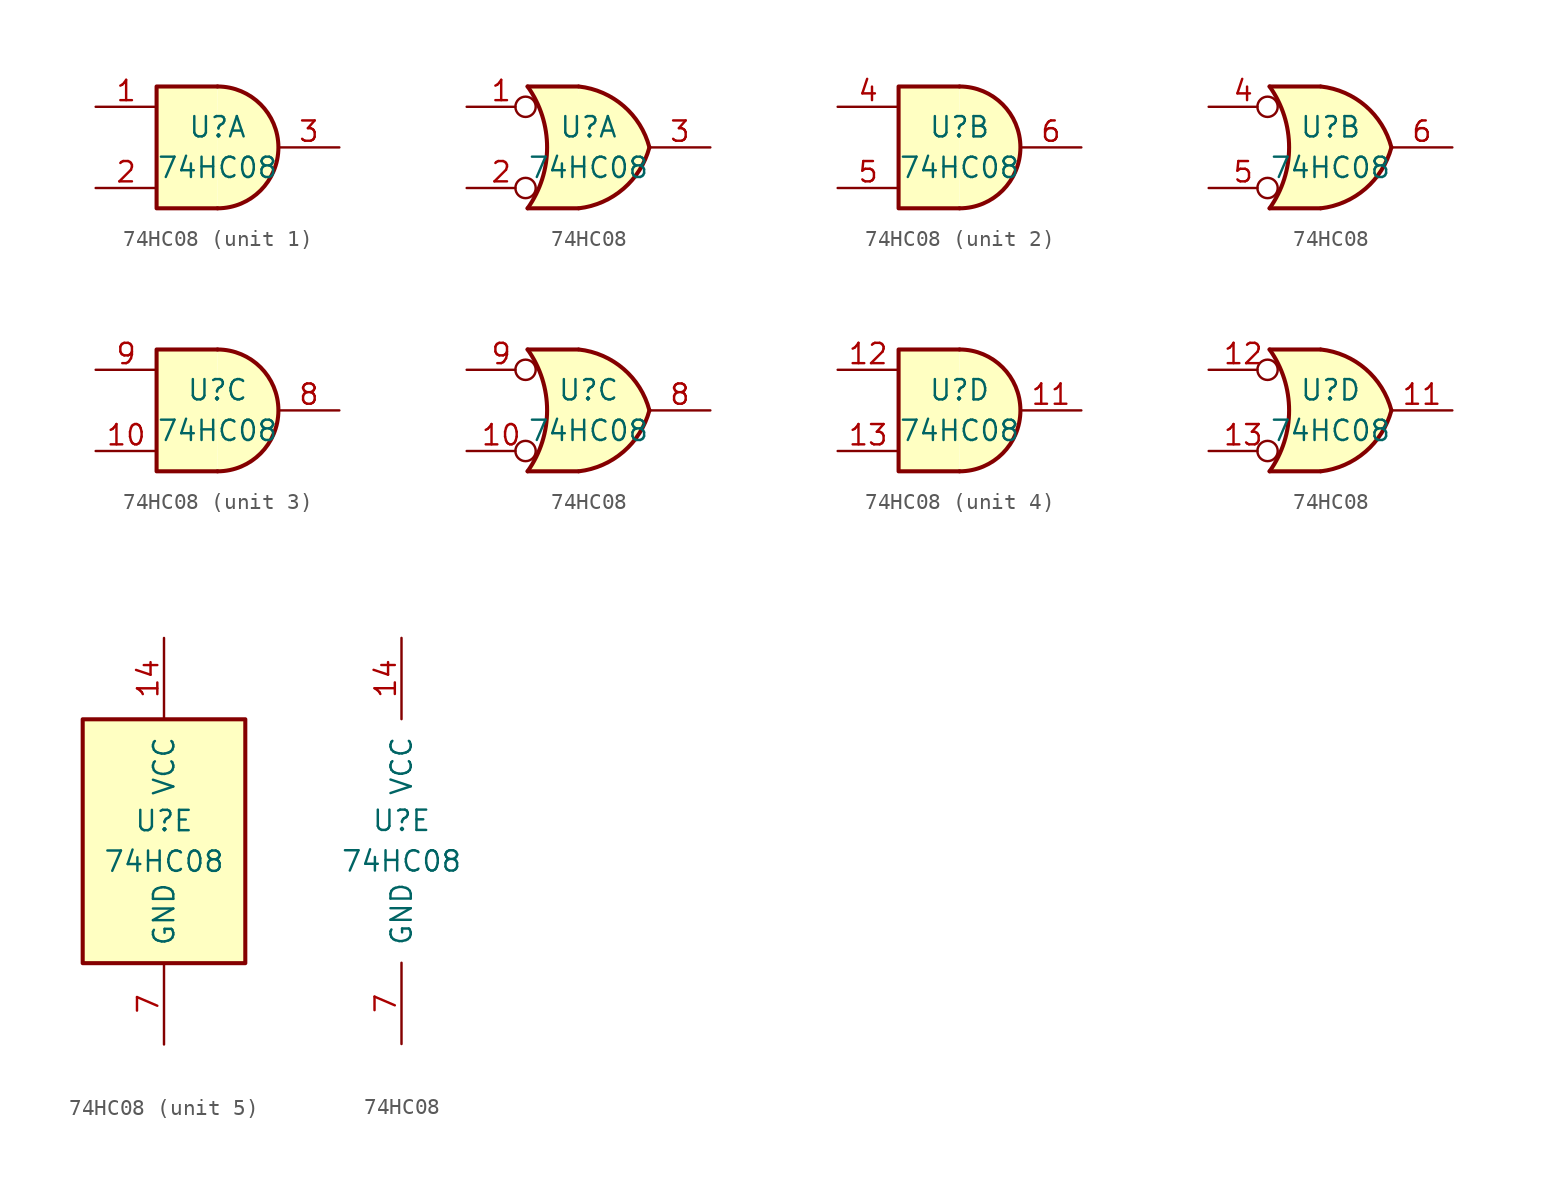
<source format=kicad_sym>
(kicad_symbol_lib
  (version 20211014)
  (generator kicad_symbol_editor)
  (symbol "74HC08"
    (pin_names
      (offset 1.016))
    (property "Reference" "U"
      (at 0 1.27 0)
      (effects (font (size 1.27 1.27))))
    (property "Value" "74HC08"
      (at 0 -1.27 0)
      (effects (font (size 1.27 1.27))))
    (property "ki_locked" ""
      (at 0 0 0)
      (effects (font (size 1.27 1.27))))
    (symbol "74HC08_1_1"
      (arc (start 0 -3.81) (mid 3.81 0) (end 0 3.81) (stroke (width 0.254) (type default) (color 0 0 0 0)) (fill (type background)))
      (polyline (pts (xy 0 3.81) (xy -3.81 3.81) (xy -3.81 -3.81) (xy 0 -3.81)) (stroke (width 0.254) (type default) (color 0 0 0 0)) (fill (type background)))
      (pin input line (at -7.62 2.54 0) (length 3.81) (name "~" (effects (font (size 1.27 1.27)))) (number "1" (effects (font (size 1.27 1.27)))))
      (pin input line (at -7.62 -2.54 0) (length 3.81) (name "~" (effects (font (size 1.27 1.27)))) (number "2" (effects (font (size 1.27 1.27)))))
      (pin output line (at 7.62 0 180) (length 3.81) (name "~" (effects (font (size 1.27 1.27)))) (number "3" (effects (font (size 1.27 1.27))))))
    (symbol "74HC08_1_2"
      (arc (start -3.81 -3.81) (mid -2.589 0) (end -3.81 3.81) (stroke (width 0.254) (type default) (color 0 0 0 0)) (fill (type none)))
      (arc (start -0.6096 -3.81) (mid 2.1842 -2.5851) (end 3.81 0) (stroke (width 0.254) (type default) (color 0 0 0 0)) (fill (type background)))
      (polyline (pts (xy -3.81 -3.81) (xy -0.635 -3.81)) (stroke (width 0.254) (type default) (color 0 0 0 0)) (fill (type background)))
      (polyline (pts (xy -3.81 3.81) (xy -0.635 3.81)) (stroke (width 0.254) (type default) (color 0 0 0 0)) (fill (type background)))
      (polyline (pts (xy -0.635 3.81) (xy -3.81 3.81) (xy -3.81 3.81) (xy -3.556 3.404) (xy -3.023 2.261) (xy -2.692 1.041) (xy -2.616 -0.254) (xy -2.769 -1.499) (xy -3.175 -2.718) (xy -3.81 -3.81) (xy -3.81 -3.81) (xy -0.635 -3.81)) (stroke (width -25.4) (type default) (color 0 0 0 0)) (fill (type background)))
      (arc (start 3.81 0) (mid 2.1915 2.5936) (end -0.6096 3.81) (stroke (width 0.254) (type default) (color 0 0 0 0)) (fill (type background)))
      (pin input inverted (at -7.62 2.54 0) (length 4.318) (name "~" (effects (font (size 1.27 1.27)))) (number "1" (effects (font (size 1.27 1.27)))))
      (pin input inverted (at -7.62 -2.54 0) (length 4.318) (name "~" (effects (font (size 1.27 1.27)))) (number "2" (effects (font (size 1.27 1.27)))))
      (pin output line (at 7.62 0 180) (length 3.81) (name "~" (effects (font (size 1.27 1.27)))) (number "3" (effects (font (size 1.27 1.27))))))
    (symbol "74HC08_2_1"
      (arc (start 0 -3.81) (mid 3.81 0) (end 0 3.81) (stroke (width 0.254) (type default) (color 0 0 0 0)) (fill (type background)))
      (polyline (pts (xy 0 3.81) (xy -3.81 3.81) (xy -3.81 -3.81) (xy 0 -3.81)) (stroke (width 0.254) (type default) (color 0 0 0 0)) (fill (type background)))
      (pin input line (at -7.62 2.54 0) (length 3.81) (name "~" (effects (font (size 1.27 1.27)))) (number "4" (effects (font (size 1.27 1.27)))))
      (pin input line (at -7.62 -2.54 0) (length 3.81) (name "~" (effects (font (size 1.27 1.27)))) (number "5" (effects (font (size 1.27 1.27)))))
      (pin output line (at 7.62 0 180) (length 3.81) (name "~" (effects (font (size 1.27 1.27)))) (number "6" (effects (font (size 1.27 1.27))))))
    (symbol "74HC08_2_2"
      (arc (start -3.81 -3.81) (mid -2.589 0) (end -3.81 3.81) (stroke (width 0.254) (type default) (color 0 0 0 0)) (fill (type none)))
      (arc (start -0.6096 -3.81) (mid 2.1842 -2.5851) (end 3.81 0) (stroke (width 0.254) (type default) (color 0 0 0 0)) (fill (type background)))
      (polyline (pts (xy -3.81 -3.81) (xy -0.635 -3.81)) (stroke (width 0.254) (type default) (color 0 0 0 0)) (fill (type background)))
      (polyline (pts (xy -3.81 3.81) (xy -0.635 3.81)) (stroke (width 0.254) (type default) (color 0 0 0 0)) (fill (type background)))
      (polyline (pts (xy -0.635 3.81) (xy -3.81 3.81) (xy -3.81 3.81) (xy -3.556 3.404) (xy -3.023 2.261) (xy -2.692 1.041) (xy -2.616 -0.254) (xy -2.769 -1.499) (xy -3.175 -2.718) (xy -3.81 -3.81) (xy -3.81 -3.81) (xy -0.635 -3.81)) (stroke (width -25.4) (type default) (color 0 0 0 0)) (fill (type background)))
      (arc (start 3.81 0) (mid 2.1915 2.5936) (end -0.6096 3.81) (stroke (width 0.254) (type default) (color 0 0 0 0)) (fill (type background)))
      (pin input inverted (at -7.62 2.54 0) (length 4.318) (name "~" (effects (font (size 1.27 1.27)))) (number "4" (effects (font (size 1.27 1.27)))))
      (pin input inverted (at -7.62 -2.54 0) (length 4.318) (name "~" (effects (font (size 1.27 1.27)))) (number "5" (effects (font (size 1.27 1.27)))))
      (pin output line (at 7.62 0 180) (length 3.81) (name "~" (effects (font (size 1.27 1.27)))) (number "6" (effects (font (size 1.27 1.27))))))
    (symbol "74HC08_3_1"
      (arc (start 0 -3.81) (mid 3.81 0) (end 0 3.81) (stroke (width 0.254) (type default) (color 0 0 0 0)) (fill (type background)))
      (polyline (pts (xy 0 3.81) (xy -3.81 3.81) (xy -3.81 -3.81) (xy 0 -3.81)) (stroke (width 0.254) (type default) (color 0 0 0 0)) (fill (type background)))
      (pin input line (at -7.62 -2.54 0) (length 3.81) (name "~" (effects (font (size 1.27 1.27)))) (number "10" (effects (font (size 1.27 1.27)))))
      (pin output line (at 7.62 0 180) (length 3.81) (name "~" (effects (font (size 1.27 1.27)))) (number "8" (effects (font (size 1.27 1.27)))))
      (pin input line (at -7.62 2.54 0) (length 3.81) (name "~" (effects (font (size 1.27 1.27)))) (number "9" (effects (font (size 1.27 1.27))))))
    (symbol "74HC08_3_2"
      (arc (start -3.81 -3.81) (mid -2.589 0) (end -3.81 3.81) (stroke (width 0.254) (type default) (color 0 0 0 0)) (fill (type none)))
      (arc (start -0.6096 -3.81) (mid 2.1842 -2.5851) (end 3.81 0) (stroke (width 0.254) (type default) (color 0 0 0 0)) (fill (type background)))
      (polyline (pts (xy -3.81 -3.81) (xy -0.635 -3.81)) (stroke (width 0.254) (type default) (color 0 0 0 0)) (fill (type background)))
      (polyline (pts (xy -3.81 3.81) (xy -0.635 3.81)) (stroke (width 0.254) (type default) (color 0 0 0 0)) (fill (type background)))
      (polyline (pts (xy -0.635 3.81) (xy -3.81 3.81) (xy -3.81 3.81) (xy -3.556 3.404) (xy -3.023 2.261) (xy -2.692 1.041) (xy -2.616 -0.254) (xy -2.769 -1.499) (xy -3.175 -2.718) (xy -3.81 -3.81) (xy -3.81 -3.81) (xy -0.635 -3.81)) (stroke (width -25.4) (type default) (color 0 0 0 0)) (fill (type background)))
      (arc (start 3.81 0) (mid 2.1915 2.5936) (end -0.6096 3.81) (stroke (width 0.254) (type default) (color 0 0 0 0)) (fill (type background)))
      (pin input inverted (at -7.62 -2.54 0) (length 4.318) (name "~" (effects (font (size 1.27 1.27)))) (number "10" (effects (font (size 1.27 1.27)))))
      (pin output line (at 7.62 0 180) (length 3.81) (name "~" (effects (font (size 1.27 1.27)))) (number "8" (effects (font (size 1.27 1.27)))))
      (pin input inverted (at -7.62 2.54 0) (length 4.318) (name "~" (effects (font (size 1.27 1.27)))) (number "9" (effects (font (size 1.27 1.27))))))
    (symbol "74HC08_4_1"
      (arc (start 0 -3.81) (mid 3.81 0) (end 0 3.81) (stroke (width 0.254) (type default) (color 0 0 0 0)) (fill (type background)))
      (polyline (pts (xy 0 3.81) (xy -3.81 3.81) (xy -3.81 -3.81) (xy 0 -3.81)) (stroke (width 0.254) (type default) (color 0 0 0 0)) (fill (type background)))
      (pin output line (at 7.62 0 180) (length 3.81) (name "~" (effects (font (size 1.27 1.27)))) (number "11" (effects (font (size 1.27 1.27)))))
      (pin input line (at -7.62 2.54 0) (length 3.81) (name "~" (effects (font (size 1.27 1.27)))) (number "12" (effects (font (size 1.27 1.27)))))
      (pin input line (at -7.62 -2.54 0) (length 3.81) (name "~" (effects (font (size 1.27 1.27)))) (number "13" (effects (font (size 1.27 1.27))))))
    (symbol "74HC08_4_2"
      (arc (start -3.81 -3.81) (mid -2.589 0) (end -3.81 3.81) (stroke (width 0.254) (type default) (color 0 0 0 0)) (fill (type none)))
      (arc (start -0.6096 -3.81) (mid 2.1842 -2.5851) (end 3.81 0) (stroke (width 0.254) (type default) (color 0 0 0 0)) (fill (type background)))
      (polyline (pts (xy -3.81 -3.81) (xy -0.635 -3.81)) (stroke (width 0.254) (type default) (color 0 0 0 0)) (fill (type background)))
      (polyline (pts (xy -3.81 3.81) (xy -0.635 3.81)) (stroke (width 0.254) (type default) (color 0 0 0 0)) (fill (type background)))
      (polyline (pts (xy -0.635 3.81) (xy -3.81 3.81) (xy -3.81 3.81) (xy -3.556 3.404) (xy -3.023 2.261) (xy -2.692 1.041) (xy -2.616 -0.254) (xy -2.769 -1.499) (xy -3.175 -2.718) (xy -3.81 -3.81) (xy -3.81 -3.81) (xy -0.635 -3.81)) (stroke (width -25.4) (type default) (color 0 0 0 0)) (fill (type background)))
      (arc (start 3.81 0) (mid 2.1915 2.5936) (end -0.6096 3.81) (stroke (width 0.254) (type default) (color 0 0 0 0)) (fill (type background)))
      (pin output line (at 7.62 0 180) (length 3.81) (name "~" (effects (font (size 1.27 1.27)))) (number "11" (effects (font (size 1.27 1.27)))))
      (pin input inverted (at -7.62 2.54 0) (length 4.318) (name "~" (effects (font (size 1.27 1.27)))) (number "12" (effects (font (size 1.27 1.27)))))
      (pin input inverted (at -7.62 -2.54 0) (length 4.318) (name "~" (effects (font (size 1.27 1.27)))) (number "13" (effects (font (size 1.27 1.27))))))
    (symbol "74HC08_5_0"
      (pin power_in line (at 0 12.7 270) (length 5.08) (name "VCC" (effects (font (size 1.27 1.27)))) (number "14" (effects (font (size 1.27 1.27)))))
      (pin power_in line (at 0 -12.7 90) (length 5.08) (name "GND" (effects (font (size 1.27 1.27)))) (number "7" (effects (font (size 1.27 1.27))))))
    (symbol "74HC08_5_1"
      (rectangle (start -5.08 7.62) (end 5.08 -7.62) (stroke (width 0.254) (type default) (color 0 0 0 0)) (fill (type background))))))
</source>
